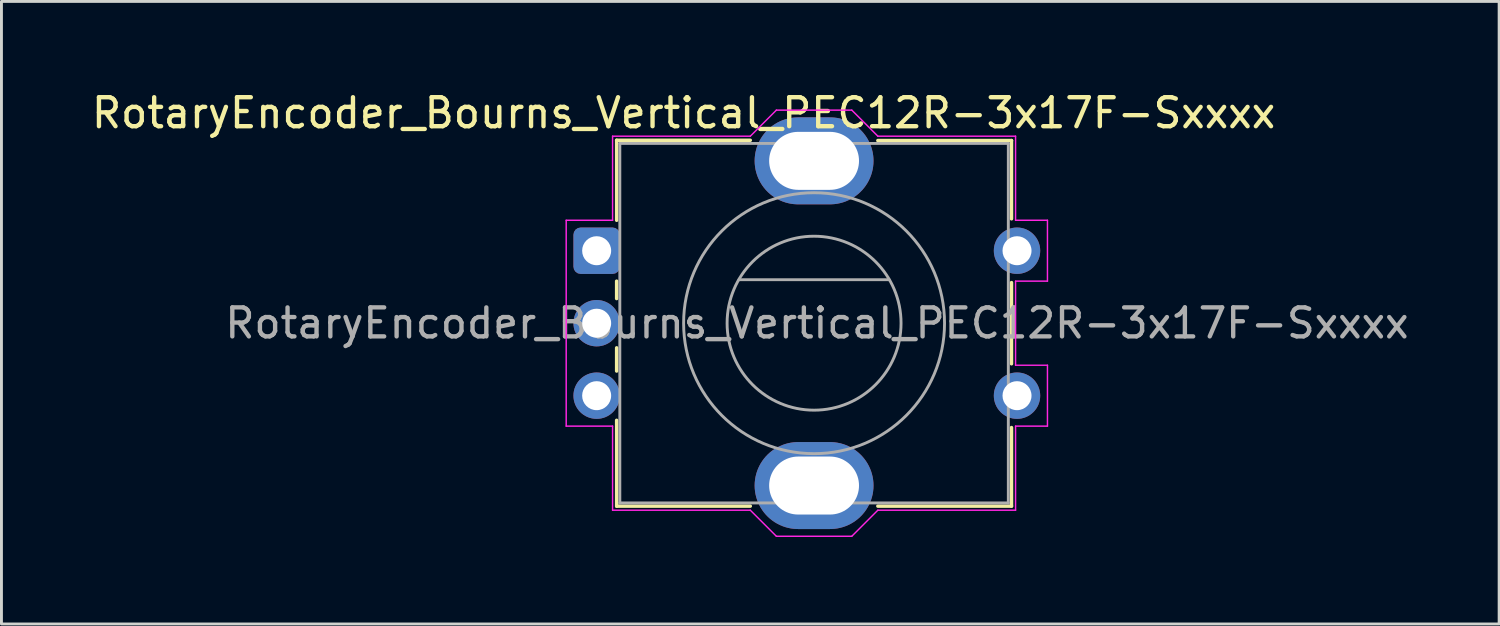
<source format=kicad_pcb>
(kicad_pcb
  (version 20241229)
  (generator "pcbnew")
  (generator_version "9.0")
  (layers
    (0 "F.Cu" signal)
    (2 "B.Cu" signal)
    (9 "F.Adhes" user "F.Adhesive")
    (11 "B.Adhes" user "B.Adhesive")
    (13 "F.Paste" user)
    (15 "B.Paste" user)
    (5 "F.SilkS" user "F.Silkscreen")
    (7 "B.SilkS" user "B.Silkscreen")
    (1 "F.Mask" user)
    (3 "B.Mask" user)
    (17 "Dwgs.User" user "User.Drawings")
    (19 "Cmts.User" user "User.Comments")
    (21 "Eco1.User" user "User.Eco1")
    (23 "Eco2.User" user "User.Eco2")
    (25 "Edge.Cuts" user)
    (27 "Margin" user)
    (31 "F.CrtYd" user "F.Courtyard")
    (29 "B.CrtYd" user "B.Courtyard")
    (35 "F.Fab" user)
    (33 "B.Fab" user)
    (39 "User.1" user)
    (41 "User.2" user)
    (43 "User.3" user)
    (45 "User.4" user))
  (footprint "RotaryEncoder_Bourns_Vertical_PEC12R-3x17F-Sxxxx"
    (layer "F.Cu")
    (at 17.53 5.598)
    (property "Reference" "RotaryEncoder_Bourns_Vertical_PEC12R-3x17F-Sxxxx" (at 3 -4.75 180) (layer "F.SilkS") (effects (font (size 1 1) (thickness 0.15))))
    (attr through_hole)
    (fp_line (start 0.69 -3.81) (end 5.3 -3.81) (stroke (width 0.12) (type solid)) (layer "F.SilkS"))
    (fp_line (start 0.69 -1.05) (end 0.69 -3.81) (stroke (width 0.12) (type solid)) (layer "F.SilkS"))
    (fp_line (start 0.69 1.05) (end 0.69 1.65) (stroke (width 0.12) (type solid)) (layer "F.SilkS"))
    (fp_line (start 0.69 3.35) (end 0.69 4.15) (stroke (width 0.12) (type solid)) (layer "F.SilkS"))
    (fp_line (start 0.69 5.85) (end 0.69 8.81) (stroke (width 0.12) (type solid)) (layer "F.SilkS"))
    (fp_line (start 5.3 8.81) (end 0.69 8.81) (stroke (width 0.12) (type solid)) (layer "F.SilkS"))
    (fp_line (start 9.7 -3.8) (end 14.31 -3.8) (stroke (width 0.12) (type solid)) (layer "F.SilkS"))
    (fp_line (start 14.31 -3.8) (end 14.31 -1.1) (stroke (width 0.12) (type solid)) (layer "F.SilkS"))
    (fp_line (start 14.31 1.1) (end 14.31 3.9) (stroke (width 0.12) (type solid)) (layer "F.SilkS"))
    (fp_line (start 14.31 6.1) (end 14.31 8.81) (stroke (width 0.12) (type solid)) (layer "F.SilkS"))
    (fp_line (start 14.31 8.81) (end 9.7 8.81) (stroke (width 0.12) (type solid)) (layer "F.SilkS"))
    (fp_line (start -1.05 -1.05) (end 0.55 -1.05) (stroke (width 0.05) (type solid)) (layer "F.CrtYd"))
    (fp_line (start -1.05 6.05) (end -1.05 -1.05) (stroke (width 0.05) (type solid)) (layer "F.CrtYd"))
    (fp_line (start 0.55 -3.95) (end 5.3 -3.95) (stroke (width 0.05) (type solid)) (layer "F.CrtYd"))
    (fp_line (start 0.55 -1.05) (end 0.55 -3.95) (stroke (width 0.05) (type solid)) (layer "F.CrtYd"))
    (fp_line (start 0.55 6.05) (end -1.05 6.05) (stroke (width 0.05) (type solid)) (layer "F.CrtYd"))
    (fp_line (start 0.55 8.95) (end 0.55 6.05) (stroke (width 0.05) (type solid)) (layer "F.CrtYd"))
    (fp_line (start 5.3 -3.95) (end 6.2 -4.85) (stroke (width 0.05) (type solid)) (layer "F.CrtYd"))
    (fp_line (start 5.3 8.95) (end 0.55 8.95) (stroke (width 0.05) (type solid)) (layer "F.CrtYd"))
    (fp_line (start 5.3 8.95) (end 6.2 9.85) (stroke (width 0.05) (type solid)) (layer "F.CrtYd"))
    (fp_line (start 6.2 -4.85) (end 8.8 -4.85) (stroke (width 0.05) (type solid)) (layer "F.CrtYd"))
    (fp_line (start 8.8 9.85) (end 6.2 9.85) (stroke (width 0.05) (type solid)) (layer "F.CrtYd"))
    (fp_line (start 9.7 -3.95) (end 8.8 -4.85) (stroke (width 0.05) (type solid)) (layer "F.CrtYd"))
    (fp_line (start 9.7 -3.95) (end 14.45 -3.95) (stroke (width 0.05) (type solid)) (layer "F.CrtYd"))
    (fp_line (start 9.7 8.95) (end 8.8 9.85) (stroke (width 0.05) (type solid)) (layer "F.CrtYd"))
    (fp_line (start 14.45 -3.95) (end 14.45 -1.05) (stroke (width 0.05) (type solid)) (layer "F.CrtYd"))
    (fp_line (start 14.45 -1.05) (end 15.55 -1.05) (stroke (width 0.05) (type default)) (layer "F.CrtYd"))
    (fp_line (start 14.45 1.05) (end 14.45 3.95) (stroke (width 0.05) (type solid)) (layer "F.CrtYd"))
    (fp_line (start 14.45 3.95) (end 15.55 3.95) (stroke (width 0.05) (type default)) (layer "F.CrtYd"))
    (fp_line (start 14.45 6.05) (end 14.45 8.95) (stroke (width 0.05) (type solid)) (layer "F.CrtYd"))
    (fp_line (start 14.45 8.95) (end 9.7 8.95) (stroke (width 0.05) (type solid)) (layer "F.CrtYd"))
    (fp_line (start 15.55 -1.05) (end 15.55 1.05) (stroke (width 0.05) (type default)) (layer "F.CrtYd"))
    (fp_line (start 15.55 1.05) (end 14.45 1.05) (stroke (width 0.05) (type default)) (layer "F.CrtYd"))
    (fp_line (start 15.55 3.95) (end 15.55 6.05) (stroke (width 0.05) (type default)) (layer "F.CrtYd"))
    (fp_line (start 15.55 6.05) (end 14.45 6.05) (stroke (width 0.05) (type default)) (layer "F.CrtYd"))
    (fp_line (start 0.8 -3.7) (end 0.8 8.7) (stroke (width 0.1) (type solid)) (layer "F.Fab"))
    (fp_line (start 0.8 8.7) (end 14.2 8.7) (stroke (width 0.1) (type solid)) (layer "F.Fab"))
    (fp_line (start 4.91 1) (end 10.09 1) (stroke (width 0.1) (type default)) (layer "F.Fab"))
    (fp_line (start 14.2 -3.7) (end 0.8 -3.7) (stroke (width 0.1) (type solid)) (layer "F.Fab"))
    (fp_line (start 14.2 8.7) (end 14.2 -3.7) (stroke (width 0.1) (type solid)) (layer "F.Fab"))
    (fp_circle (center 7.5 2.5) (end 10.5 2.5) (stroke (width 0.1) (type solid)) (fill no) (layer "F.Fab"))
    (fp_circle (center 7.5 2.5) (end 12 2.5) (stroke (width 0.1) (type default)) (fill no) (layer "F.Fab"))
    (fp_text user "${REFERENCE}" (at 7.6 2.5 180) (layer "F.Fab") (effects (font (size 1 1) (thickness 0.15))))
    (pad "A" thru_hole roundrect (at 0 0) (size 1.6 1.6) (drill 1) (layers "*.Cu" "*.Mask") (roundrect_rratio 0.156))
    (pad "B" thru_hole circle (at 0 5) (size 1.6 1.6) (drill 1) (layers "*.Cu" "*.Mask"))
    (pad "C" thru_hole circle (at 0 2.5) (size 1.6 1.6) (drill 1) (layers "*.Cu" "*.Mask"))
    (pad "MP" thru_hole oval (at 7.5 -3.1) (size 4.1 3) (drill oval 3.1 2) (layers "*.Cu" "*.Mask"))
    (pad "MP" thru_hole oval (at 7.5 8.1) (size 4.1 3) (drill oval 3.1 2) (layers "*.Cu" "*.Mask"))
    (pad "S1" thru_hole circle (at 14.5 0) (size 1.6 1.6) (drill 1) (layers "*.Cu" "*.Mask"))
    (pad "S2" thru_hole circle (at 14.5 5) (size 1.6 1.6) (drill 1) (layers "*.Cu" "*.Mask")))
  (gr_rect
    (start -3 -3)
    (end 48.66 18.473)
    (stroke (width 0.1) (type default))
    (fill no)
    (layer "Edge.Cuts")))
</source>
